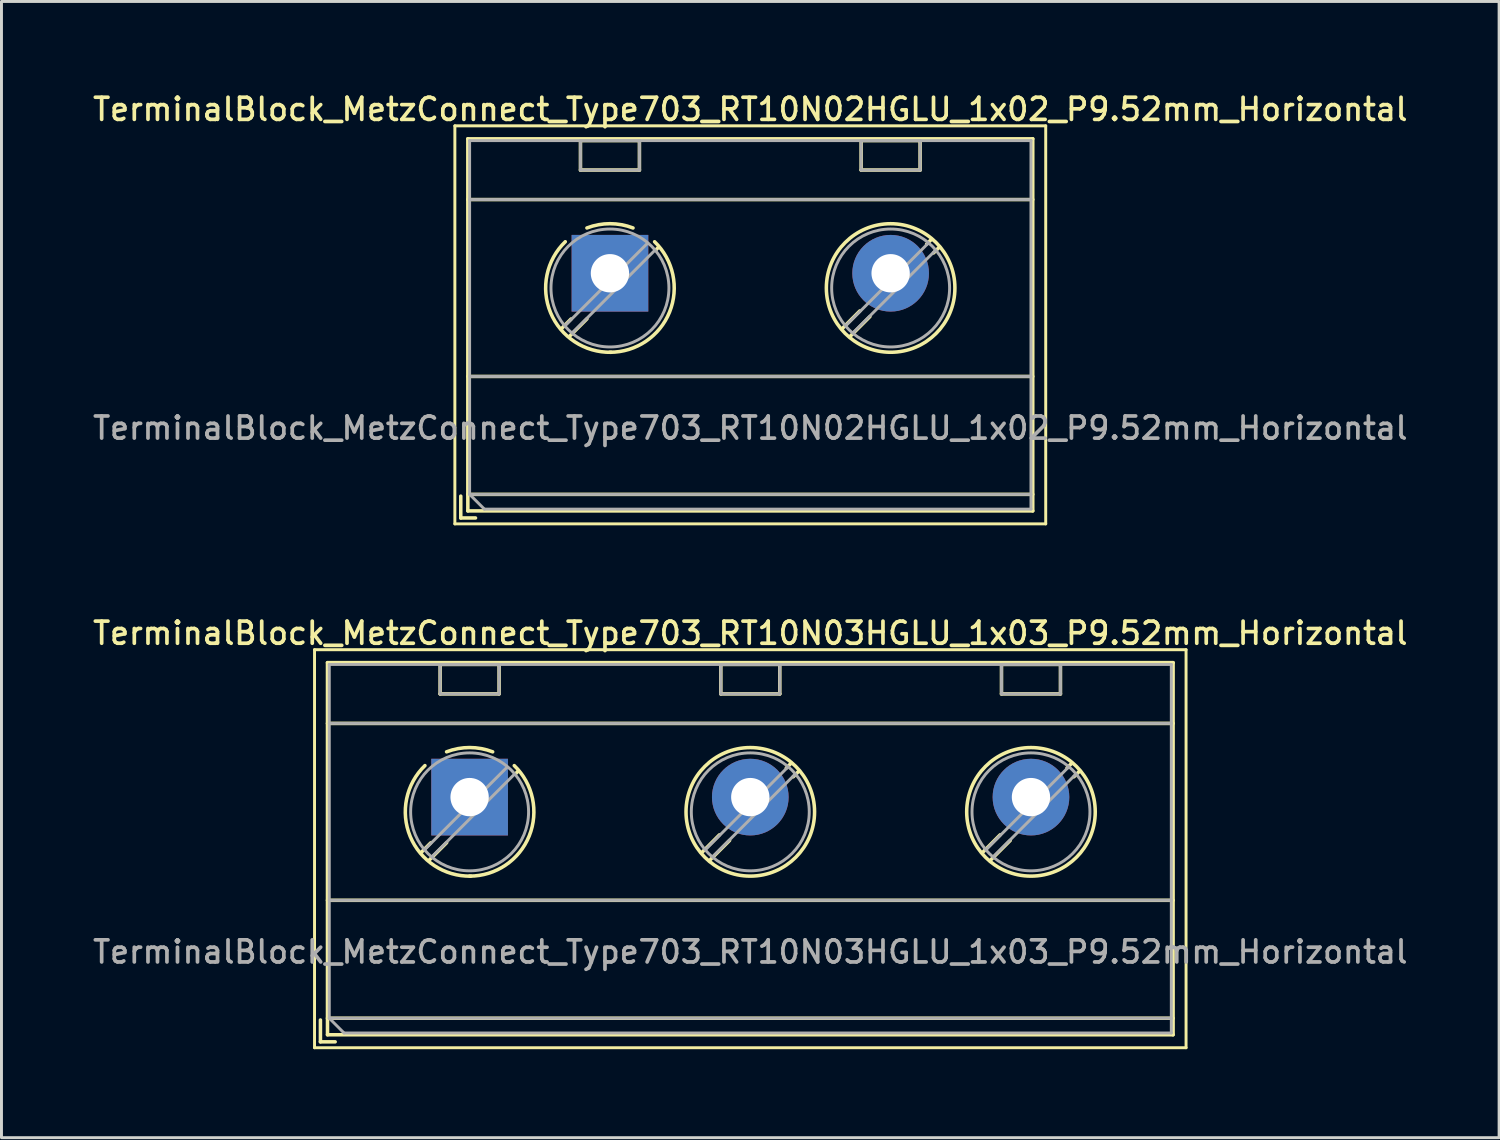
<source format=kicad_pcb>
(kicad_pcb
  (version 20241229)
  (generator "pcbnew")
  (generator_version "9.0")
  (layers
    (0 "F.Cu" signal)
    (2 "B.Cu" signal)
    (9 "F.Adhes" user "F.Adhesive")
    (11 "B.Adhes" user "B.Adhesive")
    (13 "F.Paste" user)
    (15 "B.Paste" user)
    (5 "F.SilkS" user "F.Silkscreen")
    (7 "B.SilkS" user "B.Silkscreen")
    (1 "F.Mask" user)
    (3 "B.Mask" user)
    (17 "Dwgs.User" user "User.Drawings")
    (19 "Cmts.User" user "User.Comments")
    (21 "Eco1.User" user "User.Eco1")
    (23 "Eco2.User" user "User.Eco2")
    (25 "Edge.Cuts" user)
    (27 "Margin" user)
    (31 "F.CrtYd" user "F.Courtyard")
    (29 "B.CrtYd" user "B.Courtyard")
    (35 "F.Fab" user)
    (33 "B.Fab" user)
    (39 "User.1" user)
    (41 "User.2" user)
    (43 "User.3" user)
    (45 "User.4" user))
  (footprint "TerminalBlock_MetzConnect_Type703_RT10N03HGLU_1x03_P9.52mm_Horizontal"
    (layer "F.Cu")
    (at 12.878 23.986)
    (property "Reference" "TerminalBlock_MetzConnect_Type703_RT10N03HGLU_1x03_P9.52mm_Horizontal" (at 9.52 -5.56 0) (layer "F.SilkS") (effects (font (size 0.75 0.75) (thickness 0.125))))
    (attr through_hole)
    (fp_line (start -5.26 -5) (end -5.26 8.5) (stroke (width 0.1) (type solid)) (layer "F.SilkS"))
    (fp_line (start -5.26 8.5) (end 24.3 8.5) (stroke (width 0.1) (type solid)) (layer "F.SilkS"))
    (fp_line (start -5.06 7.56) (end -5.06 8.3) (stroke (width 0.12) (type solid)) (layer "F.SilkS"))
    (fp_line (start -5.06 8.3) (end -4.56 8.3) (stroke (width 0.12) (type solid)) (layer "F.SilkS"))
    (fp_line (start -4.82 -4.56) (end -4.82 8.06) (stroke (width 0.12) (type solid)) (layer "F.SilkS"))
    (fp_line (start -4.82 -4.56) (end 23.86 -4.56) (stroke (width 0.12) (type solid)) (layer "F.SilkS"))
    (fp_line (start -4.82 -2.5) (end 23.86 -2.5) (stroke (width 0.12) (type solid)) (layer "F.SilkS"))
    (fp_line (start -4.82 3.5) (end 23.86 3.5) (stroke (width 0.12) (type solid)) (layer "F.SilkS"))
    (fp_line (start -4.82 7.5) (end 23.86 7.5) (stroke (width 0.12) (type solid)) (layer "F.SilkS"))
    (fp_line (start -4.82 8.06) (end 23.86 8.06) (stroke (width 0.12) (type solid)) (layer "F.SilkS"))
    (fp_line (start -1.32 1.553) (end -1.654 1.888) (stroke (width 0.12) (type solid)) (layer "F.SilkS"))
    (fp_line (start -1 -4.5) (end -1 -3.5) (stroke (width 0.12) (type solid)) (layer "F.SilkS"))
    (fp_line (start -1 -4.5) (end 1 -4.5) (stroke (width 0.12) (type solid)) (layer "F.SilkS"))
    (fp_line (start -1 -3.5) (end 1 -3.5) (stroke (width 0.12) (type solid)) (layer "F.SilkS"))
    (fp_line (start -0.78 1.546) (end -1.388 2.154) (stroke (width 0.12) (type solid)) (layer "F.SilkS"))
    (fp_line (start 1 -4.5) (end 1 -3.5) (stroke (width 0.12) (type solid)) (layer "F.SilkS"))
    (fp_line (start 1.654 -0.888) (end 1.547 -0.781) (stroke (width 0.12) (type solid)) (layer "F.SilkS"))
    (fp_line (start 8.475 1.279) (end 7.867 1.888) (stroke (width 0.12) (type solid)) (layer "F.SilkS"))
    (fp_line (start 8.52 -4.5) (end 8.52 -3.5) (stroke (width 0.12) (type solid)) (layer "F.SilkS"))
    (fp_line (start 8.52 -4.5) (end 10.52 -4.5) (stroke (width 0.12) (type solid)) (layer "F.SilkS"))
    (fp_line (start 8.52 -3.5) (end 10.52 -3.5) (stroke (width 0.12) (type solid)) (layer "F.SilkS"))
    (fp_line (start 8.817 1.47) (end 8.133 2.154) (stroke (width 0.12) (type solid)) (layer "F.SilkS"))
    (fp_line (start 10.52 -4.5) (end 10.52 -3.5) (stroke (width 0.12) (type solid)) (layer "F.SilkS"))
    (fp_line (start 10.908 -1.154) (end 10.741 -0.986) (stroke (width 0.12) (type solid)) (layer "F.SilkS"))
    (fp_line (start 11.174 -0.888) (end 10.976 -0.69) (stroke (width 0.12) (type solid)) (layer "F.SilkS"))
    (fp_line (start 17.995 1.279) (end 17.387 1.888) (stroke (width 0.12) (type solid)) (layer "F.SilkS"))
    (fp_line (start 18.04 -4.5) (end 18.04 -3.5) (stroke (width 0.12) (type solid)) (layer "F.SilkS"))
    (fp_line (start 18.04 -4.5) (end 20.04 -4.5) (stroke (width 0.12) (type solid)) (layer "F.SilkS"))
    (fp_line (start 18.04 -3.5) (end 20.04 -3.5) (stroke (width 0.12) (type solid)) (layer "F.SilkS"))
    (fp_line (start 18.337 1.47) (end 17.653 2.154) (stroke (width 0.12) (type solid)) (layer "F.SilkS"))
    (fp_line (start 20.04 -4.5) (end 20.04 -3.5) (stroke (width 0.12) (type solid)) (layer "F.SilkS"))
    (fp_line (start 20.428 -1.154) (end 20.261 -0.986) (stroke (width 0.12) (type solid)) (layer "F.SilkS"))
    (fp_line (start 20.694 -0.888) (end 20.496 -0.69) (stroke (width 0.12) (type solid)) (layer "F.SilkS"))
    (fp_line (start 23.86 -4.56) (end 23.86 8.06) (stroke (width 0.12) (type solid)) (layer "F.SilkS"))
    (fp_line (start 24.3 -5) (end -5.26 -5) (stroke (width 0.1) (type solid)) (layer "F.SilkS"))
    (fp_line (start 24.3 8.5) (end 24.3 -5) (stroke (width 0.1) (type solid)) (layer "F.SilkS"))
    (fp_arc (start -0.781211 -1.536303) (mid 0.000423 -1.681014) (end 0.782 -1.536) (stroke (width 0.12) (type solid)) (layer "F.SilkS"))
    (fp_arc (start 0.037945 2.680721) (mid -2.015074 1.334542) (end -1.515 -1.069) (stroke (width 0.12) (type solid)) (layer "F.SilkS"))
    (fp_arc (start 1.514355 -1.068161) (mid 2.021261 1.316642) (end 0 2.68) (stroke (width 0.12) (type solid)) (layer "F.SilkS"))
    (fp_circle (center 9.52 0.5) (end 11.7 0.5) (stroke (width 0.12) (type solid)) (fill no) (layer "F.SilkS"))
    (fp_circle (center 19.04 0.5) (end 21.22 0.5) (stroke (width 0.12) (type solid)) (fill no) (layer "F.SilkS"))
    (fp_line (start -4.76 -4.5) (end 23.8 -4.5) (stroke (width 0.1) (type solid)) (layer "F.Fab"))
    (fp_line (start -4.76 -2.5) (end 23.8 -2.5) (stroke (width 0.1) (type solid)) (layer "F.Fab"))
    (fp_line (start -4.76 3.5) (end 23.8 3.5) (stroke (width 0.1) (type solid)) (layer "F.Fab"))
    (fp_line (start -4.76 7.5) (end -4.76 -4.5) (stroke (width 0.1) (type solid)) (layer "F.Fab"))
    (fp_line (start -4.76 7.5) (end 23.8 7.5) (stroke (width 0.1) (type solid)) (layer "F.Fab"))
    (fp_line (start -4.26 8) (end -4.76 7.5) (stroke (width 0.1) (type solid)) (layer "F.Fab"))
    (fp_line (start -1 -4.5) (end -1 -3.5) (stroke (width 0.1) (type solid)) (layer "F.Fab"))
    (fp_line (start -1 -3.5) (end 1 -3.5) (stroke (width 0.1) (type solid)) (layer "F.Fab"))
    (fp_line (start 1 -4.5) (end -1 -4.5) (stroke (width 0.1) (type solid)) (layer "F.Fab"))
    (fp_line (start 1 -3.5) (end 1 -4.5) (stroke (width 0.1) (type solid)) (layer "F.Fab"))
    (fp_line (start 1.273 -1.017) (end -1.517 1.773) (stroke (width 0.1) (type solid)) (layer "F.Fab"))
    (fp_line (start 1.517 -0.773) (end -1.273 2.017) (stroke (width 0.1) (type solid)) (layer "F.Fab"))
    (fp_line (start 8.52 -4.5) (end 8.52 -3.5) (stroke (width 0.1) (type solid)) (layer "F.Fab"))
    (fp_line (start 8.52 -3.5) (end 10.52 -3.5) (stroke (width 0.1) (type solid)) (layer "F.Fab"))
    (fp_line (start 10.52 -4.5) (end 8.52 -4.5) (stroke (width 0.1) (type solid)) (layer "F.Fab"))
    (fp_line (start 10.52 -3.5) (end 10.52 -4.5) (stroke (width 0.1) (type solid)) (layer "F.Fab"))
    (fp_line (start 10.793 -1.017) (end 8.004 1.773) (stroke (width 0.1) (type solid)) (layer "F.Fab"))
    (fp_line (start 11.037 -0.773) (end 8.248 2.017) (stroke (width 0.1) (type solid)) (layer "F.Fab"))
    (fp_line (start 18.04 -4.5) (end 18.04 -3.5) (stroke (width 0.1) (type solid)) (layer "F.Fab"))
    (fp_line (start 18.04 -3.5) (end 20.04 -3.5) (stroke (width 0.1) (type solid)) (layer "F.Fab"))
    (fp_line (start 20.04 -4.5) (end 18.04 -4.5) (stroke (width 0.1) (type solid)) (layer "F.Fab"))
    (fp_line (start 20.04 -3.5) (end 20.04 -4.5) (stroke (width 0.1) (type solid)) (layer "F.Fab"))
    (fp_line (start 20.313 -1.017) (end 17.524 1.773) (stroke (width 0.1) (type solid)) (layer "F.Fab"))
    (fp_line (start 20.557 -0.773) (end 17.768 2.017) (stroke (width 0.1) (type solid)) (layer "F.Fab"))
    (fp_line (start 23.8 -4.5) (end 23.8 8) (stroke (width 0.1) (type solid)) (layer "F.Fab"))
    (fp_line (start 23.8 8) (end -4.26 8) (stroke (width 0.1) (type solid)) (layer "F.Fab"))
    (fp_circle (center 0 0.5) (end 2 0.5) (stroke (width 0.1) (type solid)) (fill no) (layer "F.Fab"))
    (fp_circle (center 9.52 0.5) (end 11.52 0.5) (stroke (width 0.1) (type solid)) (fill no) (layer "F.Fab"))
    (fp_circle (center 19.04 0.5) (end 21.04 0.5) (stroke (width 0.1) (type solid)) (fill no) (layer "F.Fab"))
    (fp_text user "${REFERENCE}" (at 9.52 5.25 0) (layer "F.Fab") (effects (font (size 0.75 0.75) (thickness 0.125))))
    (pad "1" thru_hole rect (at 0 0) (size 2.6 2.6) (drill 1.3) (layers "*.Cu" "*.Mask"))
    (pad "2" thru_hole circle (at 9.52 0) (size 2.6 2.6) (drill 1.3) (layers "*.Cu" "*.Mask"))
    (pad "3" thru_hole circle (at 19.04 0) (size 2.6 2.6) (drill 1.3) (layers "*.Cu" "*.Mask")))
  (footprint "TerminalBlock_MetzConnect_Type703_RT10N02HGLU_1x02_P9.52mm_Horizontal"
    (layer "F.Cu")
    (at 17.638 6.218)
    (property "Reference" "TerminalBlock_MetzConnect_Type703_RT10N02HGLU_1x02_P9.52mm_Horizontal" (at 4.76 -5.56 0) (layer "F.SilkS") (effects (font (size 0.75 0.75) (thickness 0.125))))
    (attr through_hole)
    (fp_line (start -5.26 -5) (end -5.26 8.5) (stroke (width 0.1) (type solid)) (layer "F.SilkS"))
    (fp_line (start -5.26 8.5) (end 14.78 8.5) (stroke (width 0.1) (type solid)) (layer "F.SilkS"))
    (fp_line (start -5.06 7.56) (end -5.06 8.3) (stroke (width 0.12) (type solid)) (layer "F.SilkS"))
    (fp_line (start -5.06 8.3) (end -4.56 8.3) (stroke (width 0.12) (type solid)) (layer "F.SilkS"))
    (fp_line (start -4.82 -4.56) (end -4.82 8.06) (stroke (width 0.12) (type solid)) (layer "F.SilkS"))
    (fp_line (start -4.82 -4.56) (end 14.34 -4.56) (stroke (width 0.12) (type solid)) (layer "F.SilkS"))
    (fp_line (start -4.82 -2.5) (end 14.34 -2.5) (stroke (width 0.12) (type solid)) (layer "F.SilkS"))
    (fp_line (start -4.82 3.5) (end 14.34 3.5) (stroke (width 0.12) (type solid)) (layer "F.SilkS"))
    (fp_line (start -4.82 7.5) (end 14.34 7.5) (stroke (width 0.12) (type solid)) (layer "F.SilkS"))
    (fp_line (start -4.82 8.06) (end 14.34 8.06) (stroke (width 0.12) (type solid)) (layer "F.SilkS"))
    (fp_line (start -1.32 1.553) (end -1.654 1.888) (stroke (width 0.12) (type solid)) (layer "F.SilkS"))
    (fp_line (start -1 -4.5) (end -1 -3.5) (stroke (width 0.12) (type solid)) (layer "F.SilkS"))
    (fp_line (start -1 -4.5) (end 1 -4.5) (stroke (width 0.12) (type solid)) (layer "F.SilkS"))
    (fp_line (start -1 -3.5) (end 1 -3.5) (stroke (width 0.12) (type solid)) (layer "F.SilkS"))
    (fp_line (start -0.78 1.546) (end -1.388 2.154) (stroke (width 0.12) (type solid)) (layer "F.SilkS"))
    (fp_line (start 1 -4.5) (end 1 -3.5) (stroke (width 0.12) (type solid)) (layer "F.SilkS"))
    (fp_line (start 1.654 -0.888) (end 1.547 -0.781) (stroke (width 0.12) (type solid)) (layer "F.SilkS"))
    (fp_line (start 8.475 1.279) (end 7.867 1.888) (stroke (width 0.12) (type solid)) (layer "F.SilkS"))
    (fp_line (start 8.52 -4.5) (end 8.52 -3.5) (stroke (width 0.12) (type solid)) (layer "F.SilkS"))
    (fp_line (start 8.52 -4.5) (end 10.52 -4.5) (stroke (width 0.12) (type solid)) (layer "F.SilkS"))
    (fp_line (start 8.52 -3.5) (end 10.52 -3.5) (stroke (width 0.12) (type solid)) (layer "F.SilkS"))
    (fp_line (start 8.817 1.47) (end 8.133 2.154) (stroke (width 0.12) (type solid)) (layer "F.SilkS"))
    (fp_line (start 10.52 -4.5) (end 10.52 -3.5) (stroke (width 0.12) (type solid)) (layer "F.SilkS"))
    (fp_line (start 10.908 -1.154) (end 10.741 -0.986) (stroke (width 0.12) (type solid)) (layer "F.SilkS"))
    (fp_line (start 11.174 -0.888) (end 10.976 -0.69) (stroke (width 0.12) (type solid)) (layer "F.SilkS"))
    (fp_line (start 14.34 -4.56) (end 14.34 8.06) (stroke (width 0.12) (type solid)) (layer "F.SilkS"))
    (fp_line (start 14.78 -5) (end -5.26 -5) (stroke (width 0.1) (type solid)) (layer "F.SilkS"))
    (fp_line (start 14.78 8.5) (end 14.78 -5) (stroke (width 0.1) (type solid)) (layer "F.SilkS"))
    (fp_arc (start -0.781211 -1.536303) (mid 0.000423 -1.681014) (end 0.782 -1.536) (stroke (width 0.12) (type solid)) (layer "F.SilkS"))
    (fp_arc (start 0.037945 2.680721) (mid -2.015074 1.334542) (end -1.515 -1.069) (stroke (width 0.12) (type solid)) (layer "F.SilkS"))
    (fp_arc (start 1.514355 -1.068161) (mid 2.021261 1.316642) (end 0 2.68) (stroke (width 0.12) (type solid)) (layer "F.SilkS"))
    (fp_circle (center 9.52 0.5) (end 11.7 0.5) (stroke (width 0.12) (type solid)) (fill no) (layer "F.SilkS"))
    (fp_line (start -4.76 -4.5) (end 14.28 -4.5) (stroke (width 0.1) (type solid)) (layer "F.Fab"))
    (fp_line (start -4.76 -2.5) (end 14.28 -2.5) (stroke (width 0.1) (type solid)) (layer "F.Fab"))
    (fp_line (start -4.76 3.5) (end 14.28 3.5) (stroke (width 0.1) (type solid)) (layer "F.Fab"))
    (fp_line (start -4.76 7.5) (end -4.76 -4.5) (stroke (width 0.1) (type solid)) (layer "F.Fab"))
    (fp_line (start -4.76 7.5) (end 14.28 7.5) (stroke (width 0.1) (type solid)) (layer "F.Fab"))
    (fp_line (start -4.26 8) (end -4.76 7.5) (stroke (width 0.1) (type solid)) (layer "F.Fab"))
    (fp_line (start -1 -4.5) (end -1 -3.5) (stroke (width 0.1) (type solid)) (layer "F.Fab"))
    (fp_line (start -1 -3.5) (end 1 -3.5) (stroke (width 0.1) (type solid)) (layer "F.Fab"))
    (fp_line (start 1 -4.5) (end -1 -4.5) (stroke (width 0.1) (type solid)) (layer "F.Fab"))
    (fp_line (start 1 -3.5) (end 1 -4.5) (stroke (width 0.1) (type solid)) (layer "F.Fab"))
    (fp_line (start 1.273 -1.017) (end -1.517 1.773) (stroke (width 0.1) (type solid)) (layer "F.Fab"))
    (fp_line (start 1.517 -0.773) (end -1.273 2.017) (stroke (width 0.1) (type solid)) (layer "F.Fab"))
    (fp_line (start 8.52 -4.5) (end 8.52 -3.5) (stroke (width 0.1) (type solid)) (layer "F.Fab"))
    (fp_line (start 8.52 -3.5) (end 10.52 -3.5) (stroke (width 0.1) (type solid)) (layer "F.Fab"))
    (fp_line (start 10.52 -4.5) (end 8.52 -4.5) (stroke (width 0.1) (type solid)) (layer "F.Fab"))
    (fp_line (start 10.52 -3.5) (end 10.52 -4.5) (stroke (width 0.1) (type solid)) (layer "F.Fab"))
    (fp_line (start 10.793 -1.017) (end 8.004 1.773) (stroke (width 0.1) (type solid)) (layer "F.Fab"))
    (fp_line (start 11.037 -0.773) (end 8.248 2.017) (stroke (width 0.1) (type solid)) (layer "F.Fab"))
    (fp_line (start 14.28 -4.5) (end 14.28 8) (stroke (width 0.1) (type solid)) (layer "F.Fab"))
    (fp_line (start 14.28 8) (end -4.26 8) (stroke (width 0.1) (type solid)) (layer "F.Fab"))
    (fp_circle (center 0 0.5) (end 2 0.5) (stroke (width 0.1) (type solid)) (fill no) (layer "F.Fab"))
    (fp_circle (center 9.52 0.5) (end 11.52 0.5) (stroke (width 0.1) (type solid)) (fill no) (layer "F.Fab"))
    (fp_text user "${REFERENCE}" (at 4.76 5.25 0) (layer "F.Fab") (effects (font (size 0.75 0.75) (thickness 0.125))))
    (pad "1" thru_hole rect (at 0 0) (size 2.6 2.6) (drill 1.3) (layers "*.Cu" "*.Mask"))
    (pad "2" thru_hole circle (at 9.52 0) (size 2.6 2.6) (drill 1.3) (layers "*.Cu" "*.Mask")))
  (gr_rect
    (start -3 -3)
    (end 47.796 35.536)
    (stroke (width 0.1) (type default))
    (fill no)
    (layer "Edge.Cuts")))
</source>
